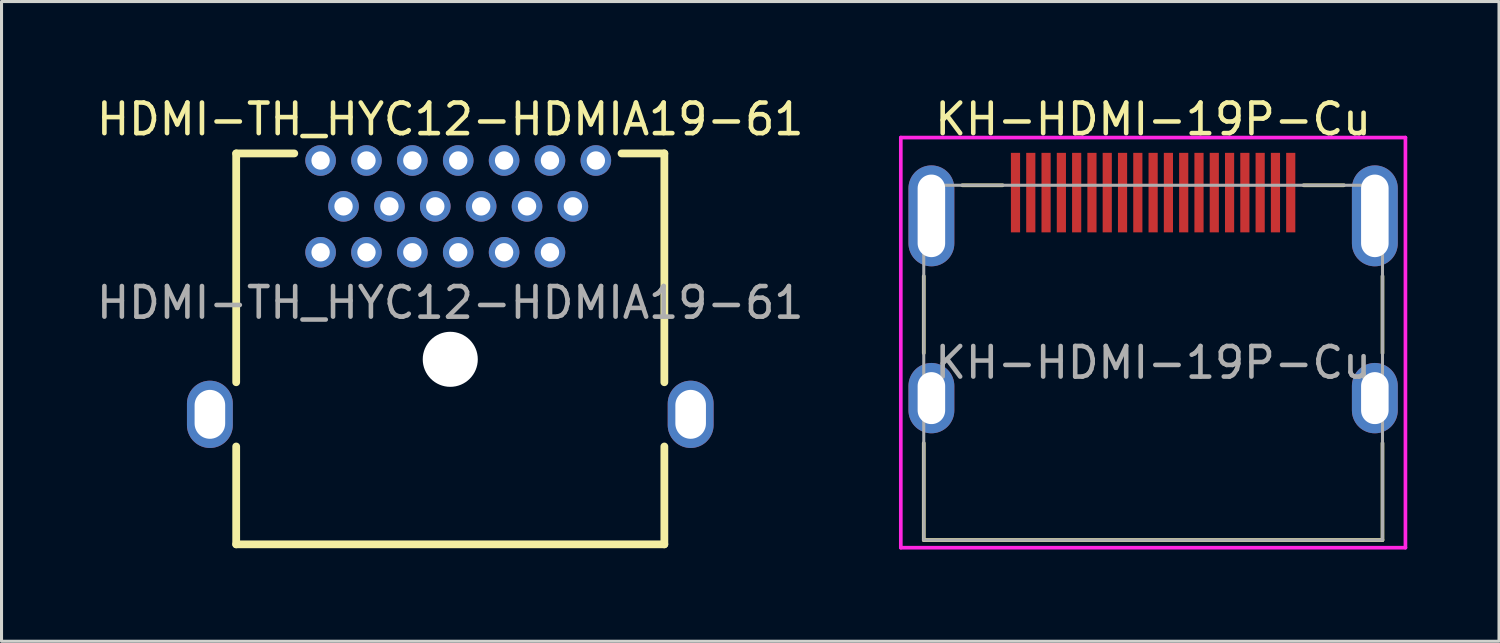
<source format=kicad_pcb>
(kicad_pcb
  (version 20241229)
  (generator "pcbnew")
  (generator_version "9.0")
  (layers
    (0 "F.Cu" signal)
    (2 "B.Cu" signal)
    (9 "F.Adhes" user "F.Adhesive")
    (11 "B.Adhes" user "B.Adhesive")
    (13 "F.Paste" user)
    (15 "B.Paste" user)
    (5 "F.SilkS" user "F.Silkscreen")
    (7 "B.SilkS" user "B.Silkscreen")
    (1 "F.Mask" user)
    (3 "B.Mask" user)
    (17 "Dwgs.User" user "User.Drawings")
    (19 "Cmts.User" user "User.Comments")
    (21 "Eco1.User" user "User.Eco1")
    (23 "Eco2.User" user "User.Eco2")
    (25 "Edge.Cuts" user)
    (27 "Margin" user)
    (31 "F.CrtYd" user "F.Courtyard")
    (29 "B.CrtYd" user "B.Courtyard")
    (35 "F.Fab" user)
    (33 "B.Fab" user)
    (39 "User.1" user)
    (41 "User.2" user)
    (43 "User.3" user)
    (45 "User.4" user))
  (footprint "HDMI-TH_HYC12-HDMIA19-61"
    (layer "F.Cu")
    (at 11.673 8.358)
    (property "Reference" "HDMI-TH_HYC12-HDMIA19-61" (at 0 -7.51 0) (layer "F.SilkS") (effects (font (size 1 1) (thickness 0.15))))
    (attr through_hole)
    (fp_line (start -7 1.091) (end -7 -6.391) (stroke (width 0.254) (type solid)) (layer "F.SilkS"))
    (fp_line (start -7 6.391) (end -7 3.191) (stroke (width 0.254) (type solid)) (layer "F.SilkS"))
    (fp_line (start -7 6.391) (end 7 6.391) (stroke (width 0.254) (type solid)) (layer "F.SilkS"))
    (fp_line (start -5.1 -6.391) (end -7 -6.391) (stroke (width 0.254) (type solid)) (layer "F.SilkS"))
    (fp_line (start 7 -6.391) (end 5.6 -6.391) (stroke (width 0.254) (type solid)) (layer "F.SilkS"))
    (fp_line (start 7 1.091) (end 7 -6.391) (stroke (width 0.254) (type solid)) (layer "F.SilkS"))
    (fp_line (start 7 6.391) (end 7 3.191) (stroke (width 0.254) (type solid)) (layer "F.SilkS"))
    (fp_text user "${REFERENCE}" (at 0 -1.51 0) (layer "F.Fab") (effects (font (size 1 1) (thickness 0.15))))
    (pad "" np_thru_hole circle (at 0 0.341) (size 1.8 1.8) (drill 1.8) (layers "*.Cu" "*.Mask"))
    (pad "1" thru_hole circle (at 4.76 -6.16) (size 1 1) (drill 0.6) (layers "*.Cu" "*.Paste" "*.Mask"))
    (pad "2" thru_hole circle (at 4.01 -4.66) (size 1 1) (drill 0.6) (layers "*.Cu" "*.Paste" "*.Mask"))
    (pad "3" thru_hole circle (at 3.26 -6.16) (size 1 1) (drill 0.6) (layers "*.Cu" "*.Paste" "*.Mask"))
    (pad "4" thru_hole circle (at 3.26 -3.159) (size 1 1) (drill 0.6) (layers "*.Cu" "*.Paste" "*.Mask"))
    (pad "5" thru_hole circle (at 2.51 -4.66) (size 1 1) (drill 0.6) (layers "*.Cu" "*.Paste" "*.Mask"))
    (pad "6" thru_hole circle (at 1.76 -3.159) (size 1 1) (drill 0.6) (layers "*.Cu" "*.Paste" "*.Mask"))
    (pad "7" thru_hole circle (at 1.76 -6.16) (size 1 1) (drill 0.6) (layers "*.Cu" "*.Paste" "*.Mask"))
    (pad "8" thru_hole circle (at 1.01 -4.66) (size 1 1) (drill 0.6) (layers "*.Cu" "*.Paste" "*.Mask"))
    (pad "9" thru_hole circle (at 0.26 -6.16) (size 1 1) (drill 0.6) (layers "*.Cu" "*.Paste" "*.Mask"))
    (pad "10" thru_hole circle (at 0.26 -3.159) (size 1 1) (drill 0.6) (layers "*.Cu" "*.Paste" "*.Mask"))
    (pad "11" thru_hole circle (at -0.49 -4.66) (size 1 1) (drill 0.6) (layers "*.Cu" "*.Paste" "*.Mask"))
    (pad "12" thru_hole circle (at -1.24 -3.159) (size 1 1) (drill 0.6) (layers "*.Cu" "*.Paste" "*.Mask"))
    (pad "13" thru_hole circle (at -1.24 -6.16) (size 1 1) (drill 0.6) (layers "*.Cu" "*.Paste" "*.Mask"))
    (pad "14" thru_hole circle (at -1.99 -4.66) (size 1 1) (drill 0.6) (layers "*.Cu" "*.Paste" "*.Mask"))
    (pad "15" thru_hole circle (at -2.74 -6.16) (size 1 1) (drill 0.6) (layers "*.Cu" "*.Paste" "*.Mask"))
    (pad "16" thru_hole circle (at -2.74 -3.159) (size 1 1) (drill 0.6) (layers "*.Cu" "*.Paste" "*.Mask"))
    (pad "17" thru_hole circle (at -3.49 -4.66) (size 1 1) (drill 0.6) (layers "*.Cu" "*.Paste" "*.Mask"))
    (pad "18" thru_hole circle (at -4.24 -3.159) (size 1 1) (drill 0.6) (layers "*.Cu" "*.Paste" "*.Mask"))
    (pad "19" thru_hole circle (at -4.24 -6.16) (size 1 1) (drill 0.6) (layers "*.Cu" "*.Paste" "*.Mask"))
    (pad "SH" thru_hole oval (at -7.86 2.14) (size 1.5 2.2) (drill oval 1 1.6) (layers "*.Cu" "*.Paste" "*.Mask"))
    (pad "SH" thru_hole oval (at 7.86 2.14) (size 1.5 2.2) (drill oval 1 1.6) (layers "*.Cu" "*.Paste" "*.Mask")))
  (footprint "KH-HDMI-19P-Cu"
    (layer "F.Cu")
    (at 34.655 6.988)
    (property "Reference" "KH-HDMI-19P-Cu" (at 0 -6.14 0) (unlocked yes) (layer "F.SilkS") (effects (font (size 1 1) (thickness 0.15))))
    (attr smd)
    (fp_line (start -7.5 1.51) (end -7.5 -1.01) (stroke (width 0.12) (type solid)) (layer "F.SilkS"))
    (fp_line (start -7.5 7.62) (end -7.5 4.45) (stroke (width 0.12) (type solid)) (layer "F.SilkS"))
    (fp_line (start -7.5 7.62) (end 7.5 7.62) (stroke (width 0.12) (type solid)) (layer "F.SilkS"))
    (fp_line (start -6.24 -3.98) (end -4.92 -3.98) (stroke (width 0.12) (type solid)) (layer "F.SilkS"))
    (fp_line (start 6.24 -3.98) (end 4.92 -3.98) (stroke (width 0.12) (type solid)) (layer "F.SilkS"))
    (fp_line (start 7.5 1.51) (end 7.5 -1.01) (stroke (width 0.12) (type solid)) (layer "F.SilkS"))
    (fp_line (start 7.5 7.62) (end 7.5 4.45) (stroke (width 0.12) (type solid)) (layer "F.SilkS"))
    (fp_line (start -8.25 -5.54) (end -8.25 7.87) (stroke (width 0.12) (type solid)) (layer "F.CrtYd"))
    (fp_line (start -8.25 -5.54) (end 8.25 -5.54) (stroke (width 0.12) (type solid)) (layer "F.CrtYd"))
    (fp_line (start -8.25 7.87) (end 8.25 7.87) (stroke (width 0.12) (type solid)) (layer "F.CrtYd"))
    (fp_line (start 8.25 -5.54) (end 8.25 7.87) (stroke (width 0.12) (type solid)) (layer "F.CrtYd"))
    (fp_line (start -7.5 -3.98) (end 7.5 -3.98) (stroke (width 0.1) (type solid)) (layer "F.Fab"))
    (fp_line (start -7.5 7.62) (end -7.5 -3.98) (stroke (width 0.1) (type solid)) (layer "F.Fab"))
    (fp_line (start -7.5 7.62) (end 7.5 7.62) (stroke (width 0.1) (type solid)) (layer "F.Fab"))
    (fp_line (start 7.5 7.62) (end 7.5 -3.98) (stroke (width 0.1) (type solid)) (layer "F.Fab"))
    (fp_text user "${REFERENCE}" (at 0 1.82 0) (unlocked yes) (layer "F.Fab") (effects (font (size 1 1) (thickness 0.15))))
    (pad "1" smd rect (at -4.5 -3.74) (size 0.3 2.6) (layers "F.Cu" "F.Mask" "F.Paste"))
    (pad "2" smd rect (at -4 -3.74) (size 0.3 2.6) (layers "F.Cu" "F.Mask" "F.Paste"))
    (pad "3" smd rect (at -3.5 -3.74) (size 0.3 2.6) (layers "F.Cu" "F.Mask" "F.Paste"))
    (pad "4" smd rect (at -3 -3.74) (size 0.3 2.6) (layers "F.Cu" "F.Mask" "F.Paste"))
    (pad "5" smd rect (at -2.5 -3.74) (size 0.3 2.6) (layers "F.Cu" "F.Mask" "F.Paste"))
    (pad "6" smd rect (at -2 -3.74) (size 0.3 2.6) (layers "F.Cu" "F.Mask" "F.Paste"))
    (pad "7" smd rect (at -1.5 -3.74) (size 0.3 2.6) (layers "F.Cu" "F.Mask" "F.Paste"))
    (pad "8" smd rect (at -1 -3.74) (size 0.3 2.6) (layers "F.Cu" "F.Mask" "F.Paste"))
    (pad "9" smd rect (at -0.5 -3.74) (size 0.3 2.6) (layers "F.Cu" "F.Mask" "F.Paste"))
    (pad "10" smd rect (at 0.000003 -3.74) (size 0.3 2.6) (layers "F.Cu" "F.Mask" "F.Paste"))
    (pad "11" smd rect (at 0.5 -3.74) (size 0.3 2.6) (layers "F.Cu" "F.Mask" "F.Paste"))
    (pad "12" smd rect (at 1 -3.74) (size 0.3 2.6) (layers "F.Cu" "F.Mask" "F.Paste"))
    (pad "13" smd rect (at 1.5 -3.74) (size 0.3 2.6) (layers "F.Cu" "F.Mask" "F.Paste"))
    (pad "14" smd rect (at 2 -3.74) (size 0.3 2.6) (layers "F.Cu" "F.Mask" "F.Paste"))
    (pad "15" smd rect (at 2.5 -3.74) (size 0.3 2.6) (layers "F.Cu" "F.Mask" "F.Paste"))
    (pad "16" smd rect (at 3 -3.74) (size 0.3 2.6) (layers "F.Cu" "F.Mask" "F.Paste"))
    (pad "17" smd rect (at 3.5 -3.74) (size 0.3 2.6) (layers "F.Cu" "F.Mask" "F.Paste"))
    (pad "18" smd rect (at 4 -3.74) (size 0.3 2.6) (layers "F.Cu" "F.Mask" "F.Paste"))
    (pad "19" smd rect (at 4.5 -3.74) (size 0.3 2.6) (layers "F.Cu" "F.Mask" "F.Paste"))
    (pad "SH" thru_hole oval (at -7.25 -2.98) (size 1.5 3.3) (drill oval 0.9 2.7) (layers "*.Cu" "*.Mask"))
    (pad "SH" thru_hole oval (at -7.25 2.98) (size 1.5 2.3) (drill oval 0.9 1.7) (layers "*.Cu" "*.Mask"))
    (pad "SH" thru_hole oval (at 7.25 -2.98) (size 1.5 3.3) (drill oval 0.9 2.7) (layers "*.Cu" "*.Mask"))
    (pad "SH" thru_hole oval (at 7.25 2.98) (size 1.5 2.3) (drill oval 0.9 1.7) (layers "*.Cu" "*.Mask")))
  (gr_rect
    (start -3 -3)
    (end 45.965 17.918)
    (stroke (width 0.1) (type default))
    (fill no)
    (layer "Edge.Cuts")))
</source>
